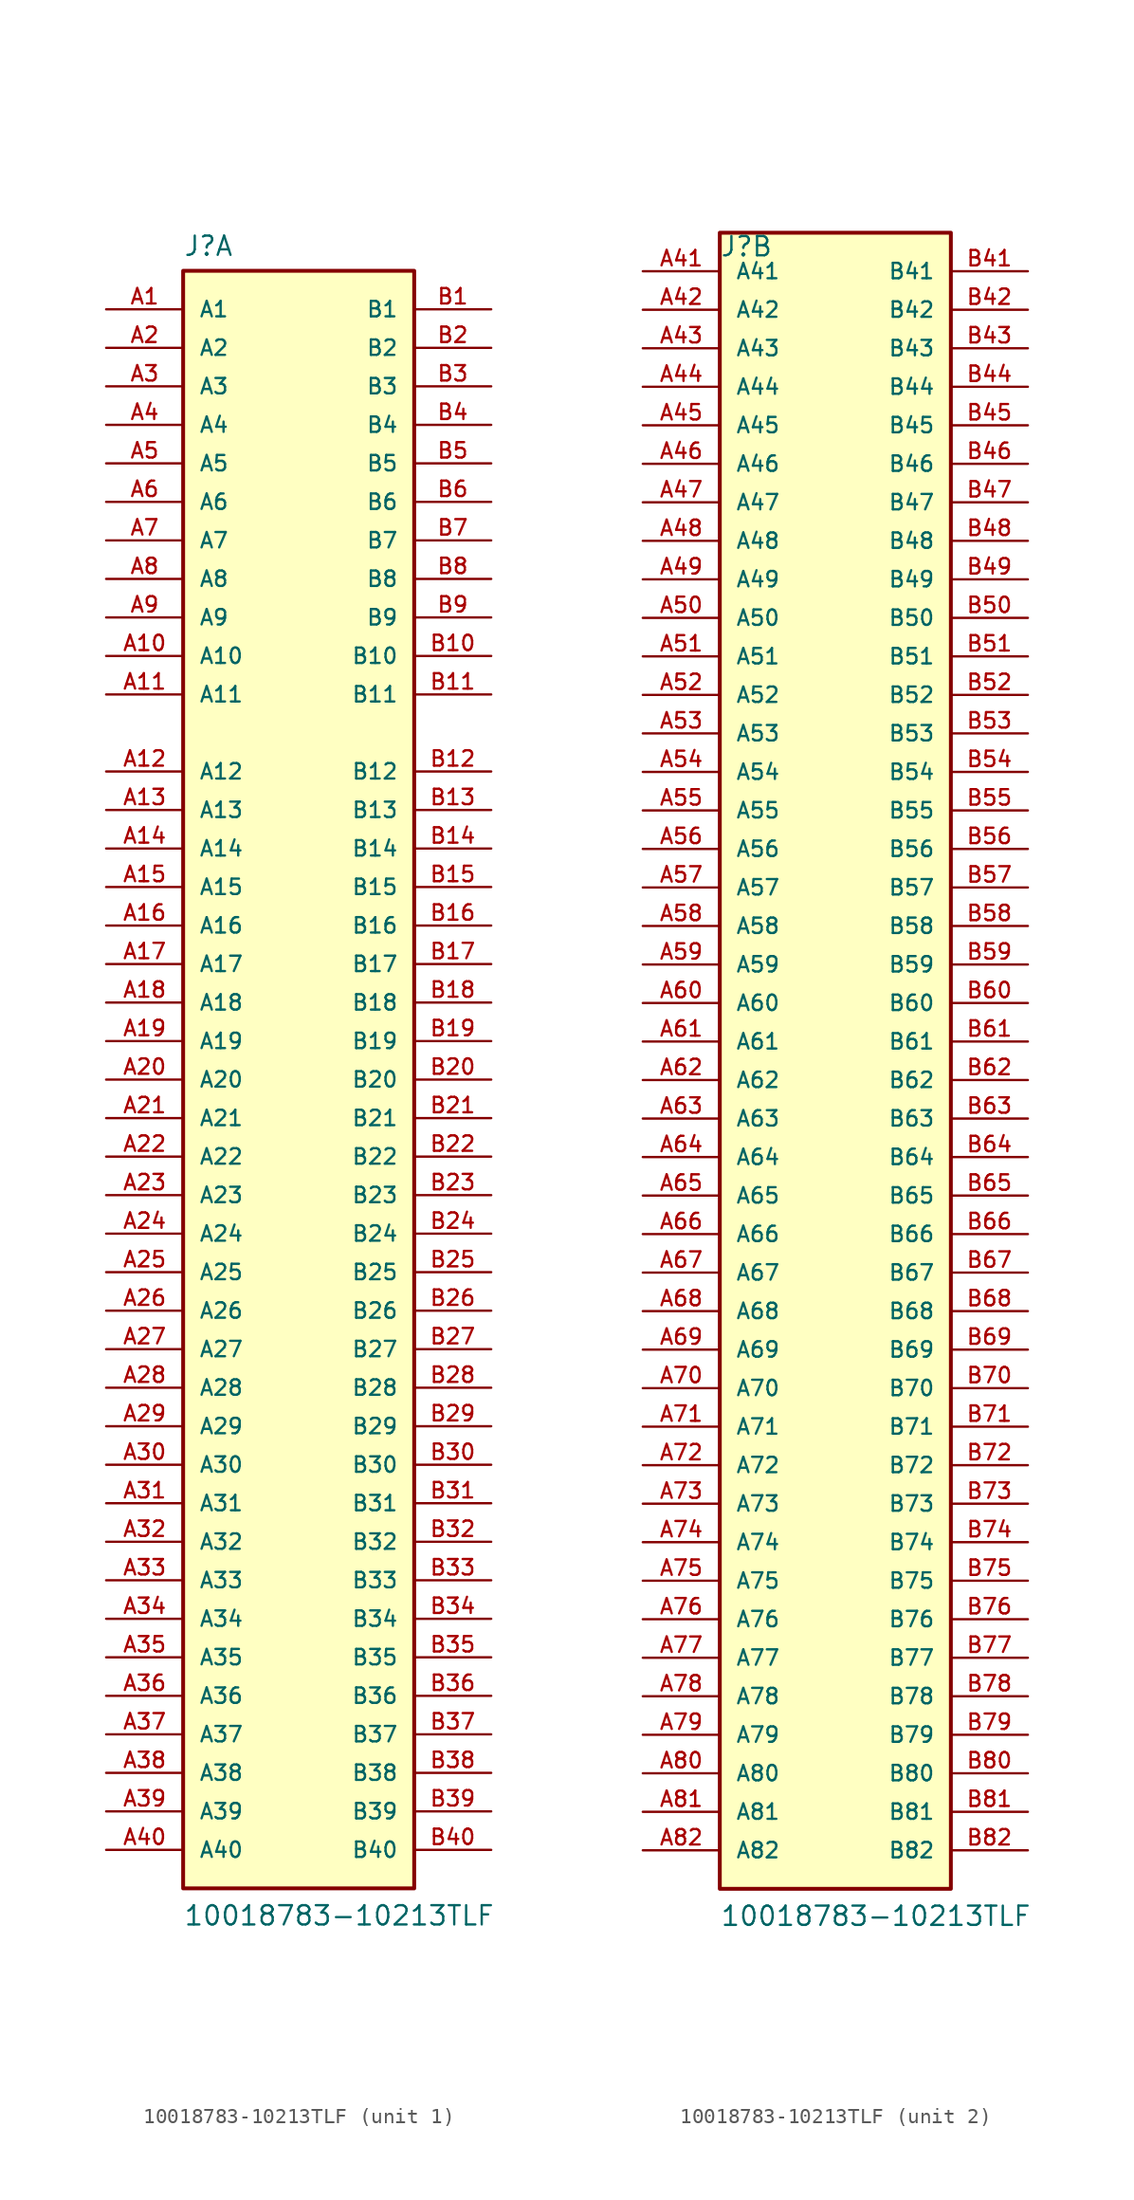
<source format=kicad_sym>
(kicad_symbol_lib
  (version 20211014)
  (generator kicad_symbol_editor)
  (symbol "10018783-10213TLF"
    (pin_names
      (offset 1.016))
    (property "Reference" "J"
      (at -7.62 54.229 0)
      (effects (font (size 1.27 1.27)) (justify bottom left)))
    (property "Value" "10018783-10213TLF"
      (at -7.62 -55.88 0)
      (effects (font (size 1.27 1.27)) (justify bottom left)))
    (symbol "10018783-10213TLF_1_0"
      (rectangle (start -7.62 -53.34) (end 7.62 53.34) (stroke (width 0.254)) (fill (type background)))
      (pin passive line (at -12.7 50.8 0) (length 5.08) (name "A1" (effects (font (size 1.016 1.016)))) (number "A1" (effects (font (size 1.016 1.016)))))
      (pin passive line (at -12.7 48.26 0) (length 5.08) (name "A2" (effects (font (size 1.016 1.016)))) (number "A2" (effects (font (size 1.016 1.016)))))
      (pin passive line (at -12.7 45.72 0) (length 5.08) (name "A3" (effects (font (size 1.016 1.016)))) (number "A3" (effects (font (size 1.016 1.016)))))
      (pin passive line (at -12.7 43.18 0) (length 5.08) (name "A4" (effects (font (size 1.016 1.016)))) (number "A4" (effects (font (size 1.016 1.016)))))
      (pin passive line (at -12.7 40.64 0) (length 5.08) (name "A5" (effects (font (size 1.016 1.016)))) (number "A5" (effects (font (size 1.016 1.016)))))
      (pin passive line (at -12.7 38.1 0) (length 5.08) (name "A6" (effects (font (size 1.016 1.016)))) (number "A6" (effects (font (size 1.016 1.016)))))
      (pin passive line (at -12.7 35.56 0) (length 5.08) (name "A7" (effects (font (size 1.016 1.016)))) (number "A7" (effects (font (size 1.016 1.016)))))
      (pin passive line (at -12.7 33.02 0) (length 5.08) (name "A8" (effects (font (size 1.016 1.016)))) (number "A8" (effects (font (size 1.016 1.016)))))
      (pin passive line (at -12.7 30.48 0) (length 5.08) (name "A9" (effects (font (size 1.016 1.016)))) (number "A9" (effects (font (size 1.016 1.016)))))
      (pin passive line (at -12.7 27.94 0) (length 5.08) (name "A10" (effects (font (size 1.016 1.016)))) (number "A10" (effects (font (size 1.016 1.016)))))
      (pin passive line (at -12.7 25.4 0) (length 5.08) (name "A11" (effects (font (size 1.016 1.016)))) (number "A11" (effects (font (size 1.016 1.016)))))
      (pin passive line (at -12.7 20.32 0) (length 5.08) (name "A12" (effects (font (size 1.016 1.016)))) (number "A12" (effects (font (size 1.016 1.016)))))
      (pin passive line (at -12.7 17.78 0) (length 5.08) (name "A13" (effects (font (size 1.016 1.016)))) (number "A13" (effects (font (size 1.016 1.016)))))
      (pin passive line (at -12.7 15.24 0) (length 5.08) (name "A14" (effects (font (size 1.016 1.016)))) (number "A14" (effects (font (size 1.016 1.016)))))
      (pin passive line (at -12.7 12.7 0) (length 5.08) (name "A15" (effects (font (size 1.016 1.016)))) (number "A15" (effects (font (size 1.016 1.016)))))
      (pin passive line (at -12.7 10.16 0) (length 5.08) (name "A16" (effects (font (size 1.016 1.016)))) (number "A16" (effects (font (size 1.016 1.016)))))
      (pin passive line (at -12.7 7.62 0) (length 5.08) (name "A17" (effects (font (size 1.016 1.016)))) (number "A17" (effects (font (size 1.016 1.016)))))
      (pin passive line (at -12.7 5.08 0) (length 5.08) (name "A18" (effects (font (size 1.016 1.016)))) (number "A18" (effects (font (size 1.016 1.016)))))
      (pin passive line (at -12.7 2.54 0) (length 5.08) (name "A19" (effects (font (size 1.016 1.016)))) (number "A19" (effects (font (size 1.016 1.016)))))
      (pin passive line (at -12.7 0.0 0) (length 5.08) (name "A20" (effects (font (size 1.016 1.016)))) (number "A20" (effects (font (size 1.016 1.016)))))
      (pin passive line (at -12.7 -2.54 0) (length 5.08) (name "A21" (effects (font (size 1.016 1.016)))) (number "A21" (effects (font (size 1.016 1.016)))))
      (pin passive line (at -12.7 -5.08 0) (length 5.08) (name "A22" (effects (font (size 1.016 1.016)))) (number "A22" (effects (font (size 1.016 1.016)))))
      (pin passive line (at -12.7 -7.62 0) (length 5.08) (name "A23" (effects (font (size 1.016 1.016)))) (number "A23" (effects (font (size 1.016 1.016)))))
      (pin passive line (at -12.7 -10.16 0) (length 5.08) (name "A24" (effects (font (size 1.016 1.016)))) (number "A24" (effects (font (size 1.016 1.016)))))
      (pin passive line (at -12.7 -12.7 0) (length 5.08) (name "A25" (effects (font (size 1.016 1.016)))) (number "A25" (effects (font (size 1.016 1.016)))))
      (pin passive line (at -12.7 -15.24 0) (length 5.08) (name "A26" (effects (font (size 1.016 1.016)))) (number "A26" (effects (font (size 1.016 1.016)))))
      (pin passive line (at -12.7 -17.78 0) (length 5.08) (name "A27" (effects (font (size 1.016 1.016)))) (number "A27" (effects (font (size 1.016 1.016)))))
      (pin passive line (at -12.7 -20.32 0) (length 5.08) (name "A28" (effects (font (size 1.016 1.016)))) (number "A28" (effects (font (size 1.016 1.016)))))
      (pin passive line (at -12.7 -22.86 0) (length 5.08) (name "A29" (effects (font (size 1.016 1.016)))) (number "A29" (effects (font (size 1.016 1.016)))))
      (pin passive line (at -12.7 -25.4 0) (length 5.08) (name "A30" (effects (font (size 1.016 1.016)))) (number "A30" (effects (font (size 1.016 1.016)))))
      (pin passive line (at -12.7 -27.94 0) (length 5.08) (name "A31" (effects (font (size 1.016 1.016)))) (number "A31" (effects (font (size 1.016 1.016)))))
      (pin passive line (at -12.7 -30.48 0) (length 5.08) (name "A32" (effects (font (size 1.016 1.016)))) (number "A32" (effects (font (size 1.016 1.016)))))
      (pin passive line (at 12.7 50.8 180.0) (length 5.08) (name "B1" (effects (font (size 1.016 1.016)))) (number "B1" (effects (font (size 1.016 1.016)))))
      (pin passive line (at 12.7 48.26 180.0) (length 5.08) (name "B2" (effects (font (size 1.016 1.016)))) (number "B2" (effects (font (size 1.016 1.016)))))
      (pin passive line (at 12.7 45.72 180.0) (length 5.08) (name "B3" (effects (font (size 1.016 1.016)))) (number "B3" (effects (font (size 1.016 1.016)))))
      (pin passive line (at 12.7 43.18 180.0) (length 5.08) (name "B4" (effects (font (size 1.016 1.016)))) (number "B4" (effects (font (size 1.016 1.016)))))
      (pin passive line (at 12.7 40.64 180.0) (length 5.08) (name "B5" (effects (font (size 1.016 1.016)))) (number "B5" (effects (font (size 1.016 1.016)))))
      (pin passive line (at 12.7 38.1 180.0) (length 5.08) (name "B6" (effects (font (size 1.016 1.016)))) (number "B6" (effects (font (size 1.016 1.016)))))
      (pin passive line (at 12.7 35.56 180.0) (length 5.08) (name "B7" (effects (font (size 1.016 1.016)))) (number "B7" (effects (font (size 1.016 1.016)))))
      (pin passive line (at 12.7 33.02 180.0) (length 5.08) (name "B8" (effects (font (size 1.016 1.016)))) (number "B8" (effects (font (size 1.016 1.016)))))
      (pin passive line (at 12.7 30.48 180.0) (length 5.08) (name "B9" (effects (font (size 1.016 1.016)))) (number "B9" (effects (font (size 1.016 1.016)))))
      (pin passive line (at 12.7 27.94 180.0) (length 5.08) (name "B10" (effects (font (size 1.016 1.016)))) (number "B10" (effects (font (size 1.016 1.016)))))
      (pin passive line (at 12.7 25.4 180.0) (length 5.08) (name "B11" (effects (font (size 1.016 1.016)))) (number "B11" (effects (font (size 1.016 1.016)))))
      (pin passive line (at 12.7 20.32 180.0) (length 5.08) (name "B12" (effects (font (size 1.016 1.016)))) (number "B12" (effects (font (size 1.016 1.016)))))
      (pin passive line (at 12.7 17.78 180.0) (length 5.08) (name "B13" (effects (font (size 1.016 1.016)))) (number "B13" (effects (font (size 1.016 1.016)))))
      (pin passive line (at 12.7 15.24 180.0) (length 5.08) (name "B14" (effects (font (size 1.016 1.016)))) (number "B14" (effects (font (size 1.016 1.016)))))
      (pin passive line (at 12.7 12.7 180.0) (length 5.08) (name "B15" (effects (font (size 1.016 1.016)))) (number "B15" (effects (font (size 1.016 1.016)))))
      (pin passive line (at 12.7 10.16 180.0) (length 5.08) (name "B16" (effects (font (size 1.016 1.016)))) (number "B16" (effects (font (size 1.016 1.016)))))
      (pin passive line (at 12.7 7.62 180.0) (length 5.08) (name "B17" (effects (font (size 1.016 1.016)))) (number "B17" (effects (font (size 1.016 1.016)))))
      (pin passive line (at 12.7 5.08 180.0) (length 5.08) (name "B18" (effects (font (size 1.016 1.016)))) (number "B18" (effects (font (size 1.016 1.016)))))
      (pin passive line (at 12.7 2.54 180.0) (length 5.08) (name "B19" (effects (font (size 1.016 1.016)))) (number "B19" (effects (font (size 1.016 1.016)))))
      (pin passive line (at 12.7 0.0 180.0) (length 5.08) (name "B20" (effects (font (size 1.016 1.016)))) (number "B20" (effects (font (size 1.016 1.016)))))
      (pin passive line (at 12.7 -2.54 180.0) (length 5.08) (name "B21" (effects (font (size 1.016 1.016)))) (number "B21" (effects (font (size 1.016 1.016)))))
      (pin passive line (at 12.7 -5.08 180.0) (length 5.08) (name "B22" (effects (font (size 1.016 1.016)))) (number "B22" (effects (font (size 1.016 1.016)))))
      (pin passive line (at 12.7 -7.62 180.0) (length 5.08) (name "B23" (effects (font (size 1.016 1.016)))) (number "B23" (effects (font (size 1.016 1.016)))))
      (pin passive line (at 12.7 -10.16 180.0) (length 5.08) (name "B24" (effects (font (size 1.016 1.016)))) (number "B24" (effects (font (size 1.016 1.016)))))
      (pin passive line (at 12.7 -12.7 180.0) (length 5.08) (name "B25" (effects (font (size 1.016 1.016)))) (number "B25" (effects (font (size 1.016 1.016)))))
      (pin passive line (at 12.7 -15.24 180.0) (length 5.08) (name "B26" (effects (font (size 1.016 1.016)))) (number "B26" (effects (font (size 1.016 1.016)))))
      (pin passive line (at 12.7 -17.78 180.0) (length 5.08) (name "B27" (effects (font (size 1.016 1.016)))) (number "B27" (effects (font (size 1.016 1.016)))))
      (pin passive line (at 12.7 -20.32 180.0) (length 5.08) (name "B28" (effects (font (size 1.016 1.016)))) (number "B28" (effects (font (size 1.016 1.016)))))
      (pin passive line (at 12.7 -22.86 180.0) (length 5.08) (name "B29" (effects (font (size 1.016 1.016)))) (number "B29" (effects (font (size 1.016 1.016)))))
      (pin passive line (at 12.7 -25.4 180.0) (length 5.08) (name "B30" (effects (font (size 1.016 1.016)))) (number "B30" (effects (font (size 1.016 1.016)))))
      (pin passive line (at 12.7 -27.94 180.0) (length 5.08) (name "B31" (effects (font (size 1.016 1.016)))) (number "B31" (effects (font (size 1.016 1.016)))))
      (pin passive line (at 12.7 -30.48 180.0) (length 5.08) (name "B32" (effects (font (size 1.016 1.016)))) (number "B32" (effects (font (size 1.016 1.016)))))
      (pin passive line (at -12.7 -33.02 0) (length 5.08) (name "A33" (effects (font (size 1.016 1.016)))) (number "A33" (effects (font (size 1.016 1.016)))))
      (pin passive line (at -12.7 -35.56 0) (length 5.08) (name "A34" (effects (font (size 1.016 1.016)))) (number "A34" (effects (font (size 1.016 1.016)))))
      (pin passive line (at -12.7 -38.1 0) (length 5.08) (name "A35" (effects (font (size 1.016 1.016)))) (number "A35" (effects (font (size 1.016 1.016)))))
      (pin passive line (at -12.7 -40.64 0) (length 5.08) (name "A36" (effects (font (size 1.016 1.016)))) (number "A36" (effects (font (size 1.016 1.016)))))
      (pin passive line (at -12.7 -43.18 0) (length 5.08) (name "A37" (effects (font (size 1.016 1.016)))) (number "A37" (effects (font (size 1.016 1.016)))))
      (pin passive line (at -12.7 -45.72 0) (length 5.08) (name "A38" (effects (font (size 1.016 1.016)))) (number "A38" (effects (font (size 1.016 1.016)))))
      (pin passive line (at -12.7 -48.26 0) (length 5.08) (name "A39" (effects (font (size 1.016 1.016)))) (number "A39" (effects (font (size 1.016 1.016)))))
      (pin passive line (at -12.7 -50.8 0) (length 5.08) (name "A40" (effects (font (size 1.016 1.016)))) (number "A40" (effects (font (size 1.016 1.016)))))
      (pin passive line (at 12.7 -33.02 180.0) (length 5.08) (name "B33" (effects (font (size 1.016 1.016)))) (number "B33" (effects (font (size 1.016 1.016)))))
      (pin passive line (at 12.7 -35.56 180.0) (length 5.08) (name "B34" (effects (font (size 1.016 1.016)))) (number "B34" (effects (font (size 1.016 1.016)))))
      (pin passive line (at 12.7 -38.1 180.0) (length 5.08) (name "B35" (effects (font (size 1.016 1.016)))) (number "B35" (effects (font (size 1.016 1.016)))))
      (pin passive line (at 12.7 -40.64 180.0) (length 5.08) (name "B36" (effects (font (size 1.016 1.016)))) (number "B36" (effects (font (size 1.016 1.016)))))
      (pin passive line (at 12.7 -43.18 180.0) (length 5.08) (name "B37" (effects (font (size 1.016 1.016)))) (number "B37" (effects (font (size 1.016 1.016)))))
      (pin passive line (at 12.7 -45.72 180.0) (length 5.08) (name "B38" (effects (font (size 1.016 1.016)))) (number "B38" (effects (font (size 1.016 1.016)))))
      (pin passive line (at 12.7 -48.26 180.0) (length 5.08) (name "B39" (effects (font (size 1.016 1.016)))) (number "B39" (effects (font (size 1.016 1.016)))))
      (pin passive line (at 12.7 -50.8 180.0) (length 5.08) (name "B40" (effects (font (size 1.016 1.016)))) (number "B40" (effects (font (size 1.016 1.016))))))
    (symbol "10018783-10213TLF_2_0"
      (rectangle (start -7.62 -53.34) (end 7.62 55.88) (stroke (width 0.254)) (fill (type background)))
      (pin passive line (at -12.7 53.34 0) (length 5.08) (name "A41" (effects (font (size 1.016 1.016)))) (number "A41" (effects (font (size 1.016 1.016)))))
      (pin passive line (at -12.7 50.8 0) (length 5.08) (name "A42" (effects (font (size 1.016 1.016)))) (number "A42" (effects (font (size 1.016 1.016)))))
      (pin passive line (at -12.7 48.26 0) (length 5.08) (name "A43" (effects (font (size 1.016 1.016)))) (number "A43" (effects (font (size 1.016 1.016)))))
      (pin passive line (at -12.7 45.72 0) (length 5.08) (name "A44" (effects (font (size 1.016 1.016)))) (number "A44" (effects (font (size 1.016 1.016)))))
      (pin passive line (at -12.7 43.18 0) (length 5.08) (name "A45" (effects (font (size 1.016 1.016)))) (number "A45" (effects (font (size 1.016 1.016)))))
      (pin passive line (at -12.7 40.64 0) (length 5.08) (name "A46" (effects (font (size 1.016 1.016)))) (number "A46" (effects (font (size 1.016 1.016)))))
      (pin passive line (at -12.7 38.1 0) (length 5.08) (name "A47" (effects (font (size 1.016 1.016)))) (number "A47" (effects (font (size 1.016 1.016)))))
      (pin passive line (at -12.7 35.56 0) (length 5.08) (name "A48" (effects (font (size 1.016 1.016)))) (number "A48" (effects (font (size 1.016 1.016)))))
      (pin passive line (at -12.7 33.02 0) (length 5.08) (name "A49" (effects (font (size 1.016 1.016)))) (number "A49" (effects (font (size 1.016 1.016)))))
      (pin passive line (at -12.7 30.48 0) (length 5.08) (name "A50" (effects (font (size 1.016 1.016)))) (number "A50" (effects (font (size 1.016 1.016)))))
      (pin passive line (at -12.7 27.94 0) (length 5.08) (name "A51" (effects (font (size 1.016 1.016)))) (number "A51" (effects (font (size 1.016 1.016)))))
      (pin passive line (at -12.7 25.4 0) (length 5.08) (name "A52" (effects (font (size 1.016 1.016)))) (number "A52" (effects (font (size 1.016 1.016)))))
      (pin passive line (at -12.7 22.86 0) (length 5.08) (name "A53" (effects (font (size 1.016 1.016)))) (number "A53" (effects (font (size 1.016 1.016)))))
      (pin passive line (at -12.7 20.32 0) (length 5.08) (name "A54" (effects (font (size 1.016 1.016)))) (number "A54" (effects (font (size 1.016 1.016)))))
      (pin passive line (at -12.7 17.78 0) (length 5.08) (name "A55" (effects (font (size 1.016 1.016)))) (number "A55" (effects (font (size 1.016 1.016)))))
      (pin passive line (at -12.7 15.24 0) (length 5.08) (name "A56" (effects (font (size 1.016 1.016)))) (number "A56" (effects (font (size 1.016 1.016)))))
      (pin passive line (at -12.7 12.7 0) (length 5.08) (name "A57" (effects (font (size 1.016 1.016)))) (number "A57" (effects (font (size 1.016 1.016)))))
      (pin passive line (at -12.7 10.16 0) (length 5.08) (name "A58" (effects (font (size 1.016 1.016)))) (number "A58" (effects (font (size 1.016 1.016)))))
      (pin passive line (at -12.7 7.62 0) (length 5.08) (name "A59" (effects (font (size 1.016 1.016)))) (number "A59" (effects (font (size 1.016 1.016)))))
      (pin passive line (at -12.7 5.08 0) (length 5.08) (name "A60" (effects (font (size 1.016 1.016)))) (number "A60" (effects (font (size 1.016 1.016)))))
      (pin passive line (at -12.7 2.54 0) (length 5.08) (name "A61" (effects (font (size 1.016 1.016)))) (number "A61" (effects (font (size 1.016 1.016)))))
      (pin passive line (at -12.7 0.0 0) (length 5.08) (name "A62" (effects (font (size 1.016 1.016)))) (number "A62" (effects (font (size 1.016 1.016)))))
      (pin passive line (at -12.7 -2.54 0) (length 5.08) (name "A63" (effects (font (size 1.016 1.016)))) (number "A63" (effects (font (size 1.016 1.016)))))
      (pin passive line (at -12.7 -5.08 0) (length 5.08) (name "A64" (effects (font (size 1.016 1.016)))) (number "A64" (effects (font (size 1.016 1.016)))))
      (pin passive line (at 12.7 53.34 180.0) (length 5.08) (name "B41" (effects (font (size 1.016 1.016)))) (number "B41" (effects (font (size 1.016 1.016)))))
      (pin passive line (at 12.7 50.8 180.0) (length 5.08) (name "B42" (effects (font (size 1.016 1.016)))) (number "B42" (effects (font (size 1.016 1.016)))))
      (pin passive line (at 12.7 48.26 180.0) (length 5.08) (name "B43" (effects (font (size 1.016 1.016)))) (number "B43" (effects (font (size 1.016 1.016)))))
      (pin passive line (at 12.7 45.72 180.0) (length 5.08) (name "B44" (effects (font (size 1.016 1.016)))) (number "B44" (effects (font (size 1.016 1.016)))))
      (pin passive line (at 12.7 43.18 180.0) (length 5.08) (name "B45" (effects (font (size 1.016 1.016)))) (number "B45" (effects (font (size 1.016 1.016)))))
      (pin passive line (at 12.7 40.64 180.0) (length 5.08) (name "B46" (effects (font (size 1.016 1.016)))) (number "B46" (effects (font (size 1.016 1.016)))))
      (pin passive line (at 12.7 38.1 180.0) (length 5.08) (name "B47" (effects (font (size 1.016 1.016)))) (number "B47" (effects (font (size 1.016 1.016)))))
      (pin passive line (at 12.7 35.56 180.0) (length 5.08) (name "B48" (effects (font (size 1.016 1.016)))) (number "B48" (effects (font (size 1.016 1.016)))))
      (pin passive line (at 12.7 33.02 180.0) (length 5.08) (name "B49" (effects (font (size 1.016 1.016)))) (number "B49" (effects (font (size 1.016 1.016)))))
      (pin passive line (at 12.7 30.48 180.0) (length 5.08) (name "B50" (effects (font (size 1.016 1.016)))) (number "B50" (effects (font (size 1.016 1.016)))))
      (pin passive line (at 12.7 27.94 180.0) (length 5.08) (name "B51" (effects (font (size 1.016 1.016)))) (number "B51" (effects (font (size 1.016 1.016)))))
      (pin passive line (at 12.7 25.4 180.0) (length 5.08) (name "B52" (effects (font (size 1.016 1.016)))) (number "B52" (effects (font (size 1.016 1.016)))))
      (pin passive line (at 12.7 22.86 180.0) (length 5.08) (name "B53" (effects (font (size 1.016 1.016)))) (number "B53" (effects (font (size 1.016 1.016)))))
      (pin passive line (at 12.7 20.32 180.0) (length 5.08) (name "B54" (effects (font (size 1.016 1.016)))) (number "B54" (effects (font (size 1.016 1.016)))))
      (pin passive line (at 12.7 17.78 180.0) (length 5.08) (name "B55" (effects (font (size 1.016 1.016)))) (number "B55" (effects (font (size 1.016 1.016)))))
      (pin passive line (at 12.7 15.24 180.0) (length 5.08) (name "B56" (effects (font (size 1.016 1.016)))) (number "B56" (effects (font (size 1.016 1.016)))))
      (pin passive line (at 12.7 12.7 180.0) (length 5.08) (name "B57" (effects (font (size 1.016 1.016)))) (number "B57" (effects (font (size 1.016 1.016)))))
      (pin passive line (at 12.7 10.16 180.0) (length 5.08) (name "B58" (effects (font (size 1.016 1.016)))) (number "B58" (effects (font (size 1.016 1.016)))))
      (pin passive line (at 12.7 7.62 180.0) (length 5.08) (name "B59" (effects (font (size 1.016 1.016)))) (number "B59" (effects (font (size 1.016 1.016)))))
      (pin passive line (at 12.7 5.08 180.0) (length 5.08) (name "B60" (effects (font (size 1.016 1.016)))) (number "B60" (effects (font (size 1.016 1.016)))))
      (pin passive line (at 12.7 2.54 180.0) (length 5.08) (name "B61" (effects (font (size 1.016 1.016)))) (number "B61" (effects (font (size 1.016 1.016)))))
      (pin passive line (at 12.7 0.0 180.0) (length 5.08) (name "B62" (effects (font (size 1.016 1.016)))) (number "B62" (effects (font (size 1.016 1.016)))))
      (pin passive line (at 12.7 -2.54 180.0) (length 5.08) (name "B63" (effects (font (size 1.016 1.016)))) (number "B63" (effects (font (size 1.016 1.016)))))
      (pin passive line (at 12.7 -5.08 180.0) (length 5.08) (name "B64" (effects (font (size 1.016 1.016)))) (number "B64" (effects (font (size 1.016 1.016)))))
      (pin passive line (at -12.7 -7.62 0) (length 5.08) (name "A65" (effects (font (size 1.016 1.016)))) (number "A65" (effects (font (size 1.016 1.016)))))
      (pin passive line (at -12.7 -10.16 0) (length 5.08) (name "A66" (effects (font (size 1.016 1.016)))) (number "A66" (effects (font (size 1.016 1.016)))))
      (pin passive line (at -12.7 -12.7 0) (length 5.08) (name "A67" (effects (font (size 1.016 1.016)))) (number "A67" (effects (font (size 1.016 1.016)))))
      (pin passive line (at -12.7 -15.24 0) (length 5.08) (name "A68" (effects (font (size 1.016 1.016)))) (number "A68" (effects (font (size 1.016 1.016)))))
      (pin passive line (at -12.7 -17.78 0) (length 5.08) (name "A69" (effects (font (size 1.016 1.016)))) (number "A69" (effects (font (size 1.016 1.016)))))
      (pin passive line (at -12.7 -20.32 0) (length 5.08) (name "A70" (effects (font (size 1.016 1.016)))) (number "A70" (effects (font (size 1.016 1.016)))))
      (pin passive line (at -12.7 -22.86 0) (length 5.08) (name "A71" (effects (font (size 1.016 1.016)))) (number "A71" (effects (font (size 1.016 1.016)))))
      (pin passive line (at -12.7 -25.4 0) (length 5.08) (name "A72" (effects (font (size 1.016 1.016)))) (number "A72" (effects (font (size 1.016 1.016)))))
      (pin passive line (at -12.7 -27.94 0) (length 5.08) (name "A73" (effects (font (size 1.016 1.016)))) (number "A73" (effects (font (size 1.016 1.016)))))
      (pin passive line (at -12.7 -30.48 0) (length 5.08) (name "A74" (effects (font (size 1.016 1.016)))) (number "A74" (effects (font (size 1.016 1.016)))))
      (pin passive line (at 12.7 -7.62 180.0) (length 5.08) (name "B65" (effects (font (size 1.016 1.016)))) (number "B65" (effects (font (size 1.016 1.016)))))
      (pin passive line (at 12.7 -10.16 180.0) (length 5.08) (name "B66" (effects (font (size 1.016 1.016)))) (number "B66" (effects (font (size 1.016 1.016)))))
      (pin passive line (at 12.7 -12.7 180.0) (length 5.08) (name "B67" (effects (font (size 1.016 1.016)))) (number "B67" (effects (font (size 1.016 1.016)))))
      (pin passive line (at 12.7 -15.24 180.0) (length 5.08) (name "B68" (effects (font (size 1.016 1.016)))) (number "B68" (effects (font (size 1.016 1.016)))))
      (pin passive line (at 12.7 -17.78 180.0) (length 5.08) (name "B69" (effects (font (size 1.016 1.016)))) (number "B69" (effects (font (size 1.016 1.016)))))
      (pin passive line (at 12.7 -20.32 180.0) (length 5.08) (name "B70" (effects (font (size 1.016 1.016)))) (number "B70" (effects (font (size 1.016 1.016)))))
      (pin passive line (at 12.7 -22.86 180.0) (length 5.08) (name "B71" (effects (font (size 1.016 1.016)))) (number "B71" (effects (font (size 1.016 1.016)))))
      (pin passive line (at 12.7 -25.4 180.0) (length 5.08) (name "B72" (effects (font (size 1.016 1.016)))) (number "B72" (effects (font (size 1.016 1.016)))))
      (pin passive line (at 12.7 -27.94 180.0) (length 5.08) (name "B73" (effects (font (size 1.016 1.016)))) (number "B73" (effects (font (size 1.016 1.016)))))
      (pin passive line (at 12.7 -30.48 180.0) (length 5.08) (name "B74" (effects (font (size 1.016 1.016)))) (number "B74" (effects (font (size 1.016 1.016)))))
      (pin passive line (at -12.7 -33.02 0) (length 5.08) (name "A75" (effects (font (size 1.016 1.016)))) (number "A75" (effects (font (size 1.016 1.016)))))
      (pin passive line (at -12.7 -35.56 0) (length 5.08) (name "A76" (effects (font (size 1.016 1.016)))) (number "A76" (effects (font (size 1.016 1.016)))))
      (pin passive line (at -12.7 -38.1 0) (length 5.08) (name "A77" (effects (font (size 1.016 1.016)))) (number "A77" (effects (font (size 1.016 1.016)))))
      (pin passive line (at -12.7 -40.64 0) (length 5.08) (name "A78" (effects (font (size 1.016 1.016)))) (number "A78" (effects (font (size 1.016 1.016)))))
      (pin passive line (at -12.7 -43.18 0) (length 5.08) (name "A79" (effects (font (size 1.016 1.016)))) (number "A79" (effects (font (size 1.016 1.016)))))
      (pin passive line (at -12.7 -45.72 0) (length 5.08) (name "A80" (effects (font (size 1.016 1.016)))) (number "A80" (effects (font (size 1.016 1.016)))))
      (pin passive line (at -12.7 -48.26 0) (length 5.08) (name "A81" (effects (font (size 1.016 1.016)))) (number "A81" (effects (font (size 1.016 1.016)))))
      (pin passive line (at -12.7 -50.8 0) (length 5.08) (name "A82" (effects (font (size 1.016 1.016)))) (number "A82" (effects (font (size 1.016 1.016)))))
      (pin passive line (at 12.7 -33.02 180.0) (length 5.08) (name "B75" (effects (font (size 1.016 1.016)))) (number "B75" (effects (font (size 1.016 1.016)))))
      (pin passive line (at 12.7 -35.56 180.0) (length 5.08) (name "B76" (effects (font (size 1.016 1.016)))) (number "B76" (effects (font (size 1.016 1.016)))))
      (pin passive line (at 12.7 -38.1 180.0) (length 5.08) (name "B77" (effects (font (size 1.016 1.016)))) (number "B77" (effects (font (size 1.016 1.016)))))
      (pin passive line (at 12.7 -40.64 180.0) (length 5.08) (name "B78" (effects (font (size 1.016 1.016)))) (number "B78" (effects (font (size 1.016 1.016)))))
      (pin passive line (at 12.7 -43.18 180.0) (length 5.08) (name "B79" (effects (font (size 1.016 1.016)))) (number "B79" (effects (font (size 1.016 1.016)))))
      (pin passive line (at 12.7 -45.72 180.0) (length 5.08) (name "B80" (effects (font (size 1.016 1.016)))) (number "B80" (effects (font (size 1.016 1.016)))))
      (pin passive line (at 12.7 -48.26 180.0) (length 5.08) (name "B81" (effects (font (size 1.016 1.016)))) (number "B81" (effects (font (size 1.016 1.016)))))
      (pin passive line (at 12.7 -50.8 180.0) (length 5.08) (name "B82" (effects (font (size 1.016 1.016)))) (number "B82" (effects (font (size 1.016 1.016))))))))
</source>
